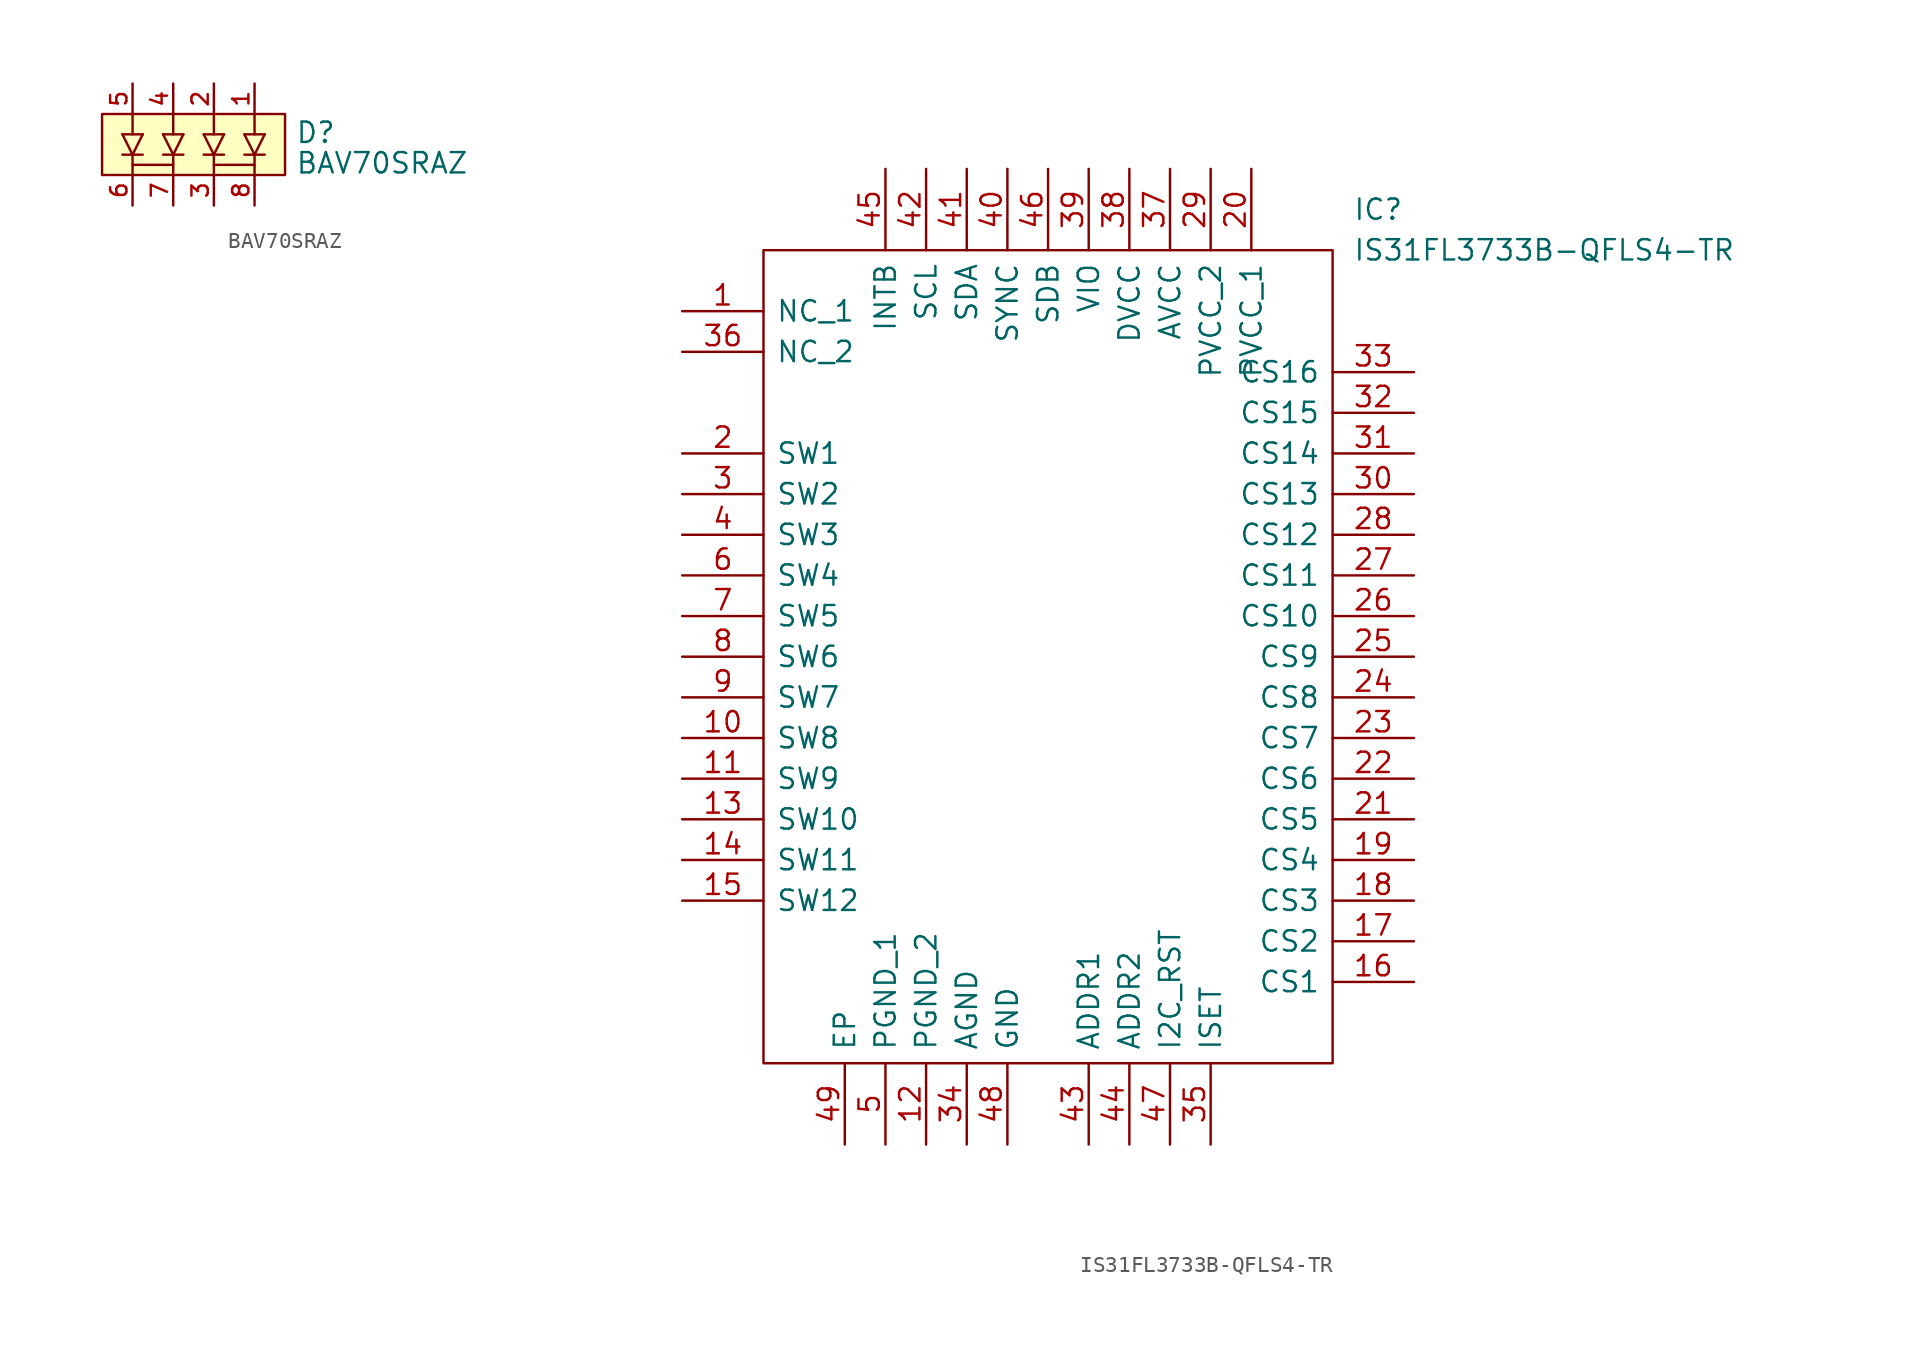
<source format=kicad_sym>
(kicad_symbol_lib
  (version 20211014)
  (generator kicad_symbol_editor)
  (symbol "BAV70SRAZ"
    (pin_names
      (offset 1.016) hide)
    (property "Reference" "D"
      (at 6.35 0 0)
      (effects (font (size 1.27 1.27)) (justify left bottom)))
    (property "Value" "BAV70SRAZ"
      (at 6.35 -1.905 0)
      (effects (font (size 1.27 1.27)) (justify left bottom)))
    (symbol "BAV70SRAZ_0_0"
      (rectangle (start -5.715 1.905) (end 5.715 -1.905) (stroke (width 0.152) (type default) (color 0 0 0 0)) (fill (type background)))
      (polyline (pts (xy -4.445 0.635) (xy -3.81 -0.635)) (stroke (width 0) (type default) (color 0 0 0 0)) (fill (type none)))
      (polyline (pts (xy -4.445 0.635) (xy -3.175 0.635)) (stroke (width 0) (type default) (color 0 0 0 0)) (fill (type none)))
      (polyline (pts (xy -3.81 -1.27) (xy -1.27 -1.27)) (stroke (width 0.152) (type default) (color 0 0 0 0)) (fill (type none)))
      (polyline (pts (xy -3.81 -0.635) (xy -3.81 -1.905)) (stroke (width 0) (type default) (color 0 0 0 0)) (fill (type none)))
      (polyline (pts (xy -3.81 -0.635) (xy -3.175 0.635)) (stroke (width 0) (type default) (color 0 0 0 0)) (fill (type none)))
      (polyline (pts (xy -3.81 1.905) (xy -3.81 0.635)) (stroke (width 0) (type default) (color 0 0 0 0)) (fill (type none)))
      (polyline (pts (xy -3.175 -0.635) (xy -4.445 -0.635)) (stroke (width 0) (type default) (color 0 0 0 0)) (fill (type none)))
      (polyline (pts (xy -1.905 0.635) (xy -1.27 -0.635)) (stroke (width 0) (type default) (color 0 0 0 0)) (fill (type none)))
      (polyline (pts (xy -1.905 0.635) (xy -0.635 0.635)) (stroke (width 0) (type default) (color 0 0 0 0)) (fill (type none)))
      (polyline (pts (xy -1.27 -0.635) (xy -1.27 -1.905)) (stroke (width 0) (type default) (color 0 0 0 0)) (fill (type none)))
      (polyline (pts (xy -1.27 -0.635) (xy -0.635 0.635)) (stroke (width 0) (type default) (color 0 0 0 0)) (fill (type none)))
      (polyline (pts (xy -1.27 1.905) (xy -1.27 0.635)) (stroke (width 0) (type default) (color 0 0 0 0)) (fill (type none)))
      (polyline (pts (xy -0.635 -0.635) (xy -1.905 -0.635)) (stroke (width 0) (type default) (color 0 0 0 0)) (fill (type none)))
      (polyline (pts (xy 0.635 0.635) (xy 1.27 -0.635)) (stroke (width 0) (type default) (color 0 0 0 0)) (fill (type none)))
      (polyline (pts (xy 0.635 0.635) (xy 1.905 0.635)) (stroke (width 0) (type default) (color 0 0 0 0)) (fill (type none)))
      (polyline (pts (xy 1.27 -1.27) (xy 3.81 -1.27)) (stroke (width 0.152) (type default) (color 0 0 0 0)) (fill (type none)))
      (polyline (pts (xy 1.27 -0.635) (xy 1.27 -1.905)) (stroke (width 0) (type default) (color 0 0 0 0)) (fill (type none)))
      (polyline (pts (xy 1.27 -0.635) (xy 1.905 0.635)) (stroke (width 0) (type default) (color 0 0 0 0)) (fill (type none)))
      (polyline (pts (xy 1.27 1.905) (xy 1.27 0.635)) (stroke (width 0) (type default) (color 0 0 0 0)) (fill (type none)))
      (polyline (pts (xy 1.905 -0.635) (xy 0.635 -0.635)) (stroke (width 0) (type default) (color 0 0 0 0)) (fill (type none)))
      (polyline (pts (xy 3.175 0.635) (xy 3.81 -0.635)) (stroke (width 0) (type default) (color 0 0 0 0)) (fill (type none)))
      (polyline (pts (xy 3.175 0.635) (xy 4.445 0.635)) (stroke (width 0) (type default) (color 0 0 0 0)) (fill (type none)))
      (polyline (pts (xy 3.81 -0.635) (xy 3.81 -1.905)) (stroke (width 0) (type default) (color 0 0 0 0)) (fill (type none)))
      (polyline (pts (xy 3.81 -0.635) (xy 4.445 0.635)) (stroke (width 0) (type default) (color 0 0 0 0)) (fill (type none)))
      (polyline (pts (xy 3.81 1.905) (xy 3.81 0.635)) (stroke (width 0) (type default) (color 0 0 0 0)) (fill (type none)))
      (polyline (pts (xy 4.445 -0.635) (xy 3.175 -0.635)) (stroke (width 0) (type default) (color 0 0 0 0)) (fill (type none)))
      (pin passive line (at 3.81 3.81 270) (length 1.905) (name "~" (effects (font (size 1.016 1.016)))) (number "1" (effects (font (size 1.016 1.016)))))
      (pin passive line (at 1.27 3.81 270) (length 1.905) (name "~" (effects (font (size 1.016 1.016)))) (number "2" (effects (font (size 1.016 1.016)))))
      (pin passive line (at 1.27 -3.81 90) (length 1.905) (name "~" (effects (font (size 1.016 1.016)))) (number "3" (effects (font (size 1.016 1.016)))))
      (pin passive line (at -1.27 3.81 270) (length 1.905) (name "~" (effects (font (size 1.016 1.016)))) (number "4" (effects (font (size 1.016 1.016)))))
      (pin passive line (at -3.81 3.81 270) (length 1.905) (name "~" (effects (font (size 1.016 1.016)))) (number "5" (effects (font (size 1.016 1.016)))))
      (pin passive line (at -3.81 -3.81 90) (length 1.905) (name "~" (effects (font (size 1.016 1.016)))) (number "6" (effects (font (size 1.016 1.016)))))
      (pin passive line (at -1.27 -3.81 90) (length 1.905) (name "~" (effects (font (size 1.016 1.016)))) (number "7" (effects (font (size 1.016 1.016)))))
      (pin passive line (at 3.81 -3.81 90) (length 1.905) (name "~" (effects (font (size 1.016 1.016)))) (number "8" (effects (font (size 1.016 1.016)))))))
  (symbol "IS31FL3733B-QFLS4-TR"
    (pin_names
      (offset 0.762))
    (property "Reference" "IC"
      (at 19.05 25.4 0)
      (effects (font (size 1.27 1.27)) (justify left)))
    (property "Value" "IS31FL3733B-QFLS4-TR"
      (at 19.05 22.86 0)
      (effects (font (size 1.27 1.27)) (justify left)))
    (symbol "IS31FL3733B-QFLS4-TR_0_0"
      (pin passive line (at -22.86 19.05 0) (length 5.08) (name "NC_1" (effects (font (size 1.27 1.27)))) (number "1" (effects (font (size 1.27 1.27)))))
      (pin passive line (at -22.86 -7.62 0) (length 5.08) (name "SW8" (effects (font (size 1.27 1.27)))) (number "10" (effects (font (size 1.27 1.27)))))
      (pin passive line (at -22.86 -10.16 0) (length 5.08) (name "SW9" (effects (font (size 1.27 1.27)))) (number "11" (effects (font (size 1.27 1.27)))))
      (pin passive line (at -7.62 -33.02 90) (length 5.08) (name "PGND_2" (effects (font (size 1.27 1.27)))) (number "12" (effects (font (size 1.27 1.27)))))
      (pin passive line (at -22.86 -12.7 0) (length 5.08) (name "SW10" (effects (font (size 1.27 1.27)))) (number "13" (effects (font (size 1.27 1.27)))))
      (pin passive line (at -22.86 -15.24 0) (length 5.08) (name "SW11" (effects (font (size 1.27 1.27)))) (number "14" (effects (font (size 1.27 1.27)))))
      (pin passive line (at -22.86 -17.78 0) (length 5.08) (name "SW12" (effects (font (size 1.27 1.27)))) (number "15" (effects (font (size 1.27 1.27)))))
      (pin passive line (at 22.86 -22.86 180) (length 5.08) (name "CS1" (effects (font (size 1.27 1.27)))) (number "16" (effects (font (size 1.27 1.27)))))
      (pin passive line (at 22.86 -20.32 180) (length 5.08) (name "CS2" (effects (font (size 1.27 1.27)))) (number "17" (effects (font (size 1.27 1.27)))))
      (pin passive line (at 22.86 -17.78 180) (length 5.08) (name "CS3" (effects (font (size 1.27 1.27)))) (number "18" (effects (font (size 1.27 1.27)))))
      (pin passive line (at 22.86 -15.24 180) (length 5.08) (name "CS4" (effects (font (size 1.27 1.27)))) (number "19" (effects (font (size 1.27 1.27)))))
      (pin passive line (at -22.86 10.16 0) (length 5.08) (name "SW1" (effects (font (size 1.27 1.27)))) (number "2" (effects (font (size 1.27 1.27)))))
      (pin passive line (at 12.7 27.94 270) (length 5.08) (name "PVCC_1" (effects (font (size 1.27 1.27)))) (number "20" (effects (font (size 1.27 1.27)))))
      (pin passive line (at 22.86 -12.7 180) (length 5.08) (name "CS5" (effects (font (size 1.27 1.27)))) (number "21" (effects (font (size 1.27 1.27)))))
      (pin passive line (at 22.86 -10.16 180) (length 5.08) (name "CS6" (effects (font (size 1.27 1.27)))) (number "22" (effects (font (size 1.27 1.27)))))
      (pin passive line (at 22.86 -7.62 180) (length 5.08) (name "CS7" (effects (font (size 1.27 1.27)))) (number "23" (effects (font (size 1.27 1.27)))))
      (pin passive line (at 22.86 -5.08 180) (length 5.08) (name "CS8" (effects (font (size 1.27 1.27)))) (number "24" (effects (font (size 1.27 1.27)))))
      (pin passive line (at 22.86 -2.54 180) (length 5.08) (name "CS9" (effects (font (size 1.27 1.27)))) (number "25" (effects (font (size 1.27 1.27)))))
      (pin passive line (at 22.86 0 180) (length 5.08) (name "CS10" (effects (font (size 1.27 1.27)))) (number "26" (effects (font (size 1.27 1.27)))))
      (pin passive line (at 22.86 2.54 180) (length 5.08) (name "CS11" (effects (font (size 1.27 1.27)))) (number "27" (effects (font (size 1.27 1.27)))))
      (pin passive line (at 22.86 5.08 180) (length 5.08) (name "CS12" (effects (font (size 1.27 1.27)))) (number "28" (effects (font (size 1.27 1.27)))))
      (pin passive line (at 10.16 27.94 270) (length 5.08) (name "PVCC_2" (effects (font (size 1.27 1.27)))) (number "29" (effects (font (size 1.27 1.27)))))
      (pin passive line (at -22.86 7.62 0) (length 5.08) (name "SW2" (effects (font (size 1.27 1.27)))) (number "3" (effects (font (size 1.27 1.27)))))
      (pin passive line (at 22.86 7.62 180) (length 5.08) (name "CS13" (effects (font (size 1.27 1.27)))) (number "30" (effects (font (size 1.27 1.27)))))
      (pin passive line (at 22.86 10.16 180) (length 5.08) (name "CS14" (effects (font (size 1.27 1.27)))) (number "31" (effects (font (size 1.27 1.27)))))
      (pin passive line (at 22.86 12.7 180) (length 5.08) (name "CS15" (effects (font (size 1.27 1.27)))) (number "32" (effects (font (size 1.27 1.27)))))
      (pin passive line (at 22.86 15.24 180) (length 5.08) (name "CS16" (effects (font (size 1.27 1.27)))) (number "33" (effects (font (size 1.27 1.27)))))
      (pin passive line (at -5.08 -33.02 90) (length 5.08) (name "AGND" (effects (font (size 1.27 1.27)))) (number "34" (effects (font (size 1.27 1.27)))))
      (pin passive line (at 10.16 -33.02 90) (length 5.08) (name "ISET" (effects (font (size 1.27 1.27)))) (number "35" (effects (font (size 1.27 1.27)))))
      (pin passive line (at -22.86 16.51 0) (length 5.08) (name "NC_2" (effects (font (size 1.27 1.27)))) (number "36" (effects (font (size 1.27 1.27)))))
      (pin passive line (at 7.62 27.94 270) (length 5.08) (name "AVCC" (effects (font (size 1.27 1.27)))) (number "37" (effects (font (size 1.27 1.27)))))
      (pin passive line (at 5.08 27.94 270) (length 5.08) (name "DVCC" (effects (font (size 1.27 1.27)))) (number "38" (effects (font (size 1.27 1.27)))))
      (pin passive line (at 2.54 27.94 270) (length 5.08) (name "VIO" (effects (font (size 1.27 1.27)))) (number "39" (effects (font (size 1.27 1.27)))))
      (pin passive line (at -22.86 5.08 0) (length 5.08) (name "SW3" (effects (font (size 1.27 1.27)))) (number "4" (effects (font (size 1.27 1.27)))))
      (pin passive line (at -2.54 27.94 270) (length 5.08) (name "SYNC" (effects (font (size 1.27 1.27)))) (number "40" (effects (font (size 1.27 1.27)))))
      (pin passive line (at -5.08 27.94 270) (length 5.08) (name "SDA" (effects (font (size 1.27 1.27)))) (number "41" (effects (font (size 1.27 1.27)))))
      (pin passive line (at -7.62 27.94 270) (length 5.08) (name "SCL" (effects (font (size 1.27 1.27)))) (number "42" (effects (font (size 1.27 1.27)))))
      (pin passive line (at 2.54 -33.02 90) (length 5.08) (name "ADDR1" (effects (font (size 1.27 1.27)))) (number "43" (effects (font (size 1.27 1.27)))))
      (pin passive line (at 5.08 -33.02 90) (length 5.08) (name "ADDR2" (effects (font (size 1.27 1.27)))) (number "44" (effects (font (size 1.27 1.27)))))
      (pin passive line (at -10.16 27.94 270) (length 5.08) (name "INTB" (effects (font (size 1.27 1.27)))) (number "45" (effects (font (size 1.27 1.27)))))
      (pin passive line (at 0 27.94 270) (length 5.08) (name "SDB" (effects (font (size 1.27 1.27)))) (number "46" (effects (font (size 1.27 1.27)))))
      (pin passive line (at 7.62 -33.02 90) (length 5.08) (name "I2C_RST" (effects (font (size 1.27 1.27)))) (number "47" (effects (font (size 1.27 1.27)))))
      (pin passive line (at -2.54 -33.02 90) (length 5.08) (name "GND" (effects (font (size 1.27 1.27)))) (number "48" (effects (font (size 1.27 1.27)))))
      (pin passive line (at -12.7 -33.02 90) (length 5.08) (name "EP" (effects (font (size 1.27 1.27)))) (number "49" (effects (font (size 1.27 1.27)))))
      (pin passive line (at -10.16 -33.02 90) (length 5.08) (name "PGND_1" (effects (font (size 1.27 1.27)))) (number "5" (effects (font (size 1.27 1.27)))))
      (pin passive line (at -22.86 2.54 0) (length 5.08) (name "SW4" (effects (font (size 1.27 1.27)))) (number "6" (effects (font (size 1.27 1.27)))))
      (pin passive line (at -22.86 0 0) (length 5.08) (name "SW5" (effects (font (size 1.27 1.27)))) (number "7" (effects (font (size 1.27 1.27)))))
      (pin passive line (at -22.86 -2.54 0) (length 5.08) (name "SW6" (effects (font (size 1.27 1.27)))) (number "8" (effects (font (size 1.27 1.27)))))
      (pin passive line (at -22.86 -5.08 0) (length 5.08) (name "SW7" (effects (font (size 1.27 1.27)))) (number "9" (effects (font (size 1.27 1.27))))))
    (symbol "IS31FL3733B-QFLS4-TR_0_1"
      (polyline (pts (xy -17.78 22.86) (xy 17.78 22.86) (xy 17.78 -27.94) (xy -17.78 -27.94) (xy -17.78 22.86)) (stroke (width 0.152) (type default) (color 0 0 0 0)) (fill (type none))))))
</source>
